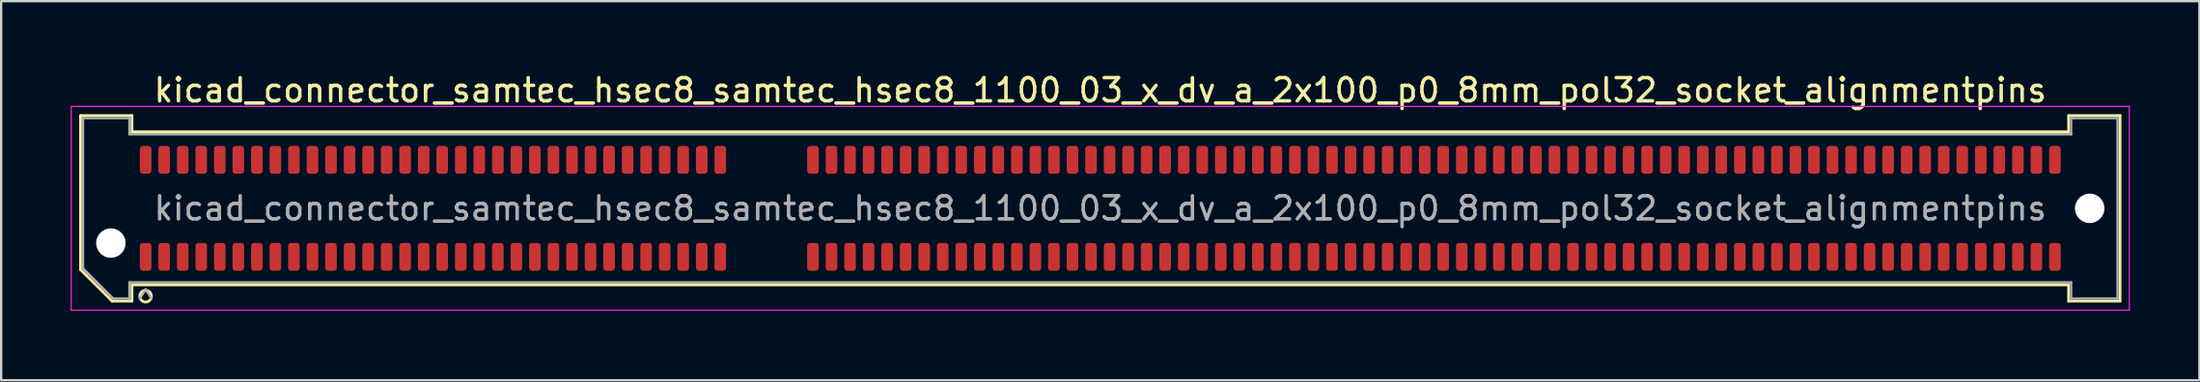
<source format=kicad_pcb>
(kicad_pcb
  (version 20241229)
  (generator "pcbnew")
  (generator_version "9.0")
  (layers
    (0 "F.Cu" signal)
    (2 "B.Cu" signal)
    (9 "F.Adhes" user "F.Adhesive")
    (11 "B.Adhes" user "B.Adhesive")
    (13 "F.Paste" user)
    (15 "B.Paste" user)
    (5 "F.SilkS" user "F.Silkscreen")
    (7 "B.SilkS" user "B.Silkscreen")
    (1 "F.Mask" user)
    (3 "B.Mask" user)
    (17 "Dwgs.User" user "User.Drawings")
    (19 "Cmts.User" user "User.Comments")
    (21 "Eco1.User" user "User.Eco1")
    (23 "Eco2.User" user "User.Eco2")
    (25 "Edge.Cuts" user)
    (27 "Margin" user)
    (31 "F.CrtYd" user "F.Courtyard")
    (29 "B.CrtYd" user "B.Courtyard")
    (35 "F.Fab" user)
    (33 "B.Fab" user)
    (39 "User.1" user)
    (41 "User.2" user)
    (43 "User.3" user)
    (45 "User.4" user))
  (footprint "kicad_connector_samtec_hsec8_samtec_hsec8_1100_03_x_dv_a_2x100_p0_8mm_pol32_socket_alignmentpins"
    (layer "F.Cu")
    (at 44.435 5.948)
    (property "Reference" "kicad_connector_samtec_hsec8_samtec_hsec8_1100_03_x_dv_a_2x100_p0_8mm_pol32_socket_alignmentpins" (at 0 -5.1 0) (layer "F.SilkS") (effects (font (size 1 1) (thickness 0.15))))
    (attr smd)
    (fp_line (start -44.01 -4.005) (end -41.79 -4.005) (stroke (width 0.12) (type solid)) (layer "F.SilkS"))
    (fp_line (start -44.01 2.641) (end -44.01 -4.005) (stroke (width 0.12) (type solid)) (layer "F.SilkS"))
    (fp_line (start -42.646 4.005) (end -44.01 2.641) (stroke (width 0.12) (type solid)) (layer "F.SilkS"))
    (fp_line (start -41.79 -4.005) (end -41.79 -3.305) (stroke (width 0.12) (type solid)) (layer "F.SilkS"))
    (fp_line (start -41.79 -3.305) (end 41.79 -3.305) (stroke (width 0.12) (type solid)) (layer "F.SilkS"))
    (fp_line (start -41.79 3.305) (end -41.79 4.005) (stroke (width 0.12) (type solid)) (layer "F.SilkS"))
    (fp_line (start -41.79 4.005) (end -42.646 4.005) (stroke (width 0.12) (type solid)) (layer "F.SilkS"))
    (fp_line (start 41.79 -4.005) (end 44.01 -4.005) (stroke (width 0.12) (type solid)) (layer "F.SilkS"))
    (fp_line (start 41.79 -3.305) (end 41.79 -4.005) (stroke (width 0.12) (type solid)) (layer "F.SilkS"))
    (fp_line (start 41.79 3.305) (end -41.79 3.305) (stroke (width 0.12) (type solid)) (layer "F.SilkS"))
    (fp_line (start 41.79 4.005) (end 41.79 3.305) (stroke (width 0.12) (type solid)) (layer "F.SilkS"))
    (fp_line (start 44.01 -4.005) (end 44.01 4.005) (stroke (width 0.12) (type solid)) (layer "F.SilkS"))
    (fp_line (start 44.01 4.005) (end 41.79 4.005) (stroke (width 0.12) (type solid)) (layer "F.SilkS"))
    (fp_arc (start -40.95 3.795) (mid -41.45 3.795) (end -40.95 3.795) (stroke (width 0.12) (type solid)) (layer "F.SilkS"))
    (fp_line (start -44.41 -4.4) (end -44.41 4.4) (stroke (width 0.05) (type solid)) (layer "F.CrtYd"))
    (fp_line (start -44.41 4.4) (end 44.41 4.4) (stroke (width 0.05) (type solid)) (layer "F.CrtYd"))
    (fp_line (start 44.41 -4.4) (end -44.41 -4.4) (stroke (width 0.05) (type solid)) (layer "F.CrtYd"))
    (fp_line (start 44.41 4.4) (end 44.41 -4.4) (stroke (width 0.05) (type solid)) (layer "F.CrtYd"))
    (fp_line (start -43.9 -3.895) (end -41.9 -3.895) (stroke (width 0.1) (type solid)) (layer "F.Fab"))
    (fp_line (start -43.9 2.595) (end -43.9 -3.895) (stroke (width 0.1) (type solid)) (layer "F.Fab"))
    (fp_line (start -42.6 3.895) (end -43.9 2.595) (stroke (width 0.1) (type solid)) (layer "F.Fab"))
    (fp_line (start -41.9 -3.895) (end -41.9 -3.195) (stroke (width 0.1) (type solid)) (layer "F.Fab"))
    (fp_line (start -41.9 -3.195) (end 41.9 -3.195) (stroke (width 0.1) (type solid)) (layer "F.Fab"))
    (fp_line (start -41.9 3.195) (end -41.9 3.895) (stroke (width 0.1) (type solid)) (layer "F.Fab"))
    (fp_line (start -41.9 3.895) (end -42.6 3.895) (stroke (width 0.1) (type solid)) (layer "F.Fab"))
    (fp_line (start -41.2 3.495) (end -41.45 3.895) (stroke (width 0.1) (type solid)) (layer "F.Fab"))
    (fp_line (start -41.2 3.495) (end -40.95 3.895) (stroke (width 0.1) (type solid)) (layer "F.Fab"))
    (fp_line (start 41.9 -3.895) (end 43.9 -3.895) (stroke (width 0.1) (type solid)) (layer "F.Fab"))
    (fp_line (start 41.9 -3.195) (end 41.9 -3.895) (stroke (width 0.1) (type solid)) (layer "F.Fab"))
    (fp_line (start 41.9 3.195) (end -41.9 3.195) (stroke (width 0.1) (type solid)) (layer "F.Fab"))
    (fp_line (start 41.9 3.895) (end 41.9 3.195) (stroke (width 0.1) (type solid)) (layer "F.Fab"))
    (fp_line (start 43.9 -3.895) (end 43.9 3.895) (stroke (width 0.1) (type solid)) (layer "F.Fab"))
    (fp_line (start 43.9 3.895) (end 41.9 3.895) (stroke (width 0.1) (type solid)) (layer "F.Fab"))
    (fp_text user "${REFERENCE}" (at 0 0 0) (layer "F.Fab") (effects (font (size 1 1) (thickness 0.15))))
    (pad "" np_thru_hole circle (at -42.7 1.5) (size 1.27 1.27) (drill 1.27) (layers "*.Cu" "*.Mask"))
    (pad "" np_thru_hole circle (at 42.7 0) (size 1.27 1.27) (drill 1.27) (layers "*.Cu" "*.Mask"))
    (pad "1" smd roundrect (at -41.2 2.095) (size 0.5 1.2) (layers "F.Cu" "F.Mask" "F.Paste") (roundrect_rratio 0.25))
    (pad "2" smd roundrect (at -41.2 -2.095) (size 0.5 1.2) (layers "F.Cu" "F.Mask" "F.Paste") (roundrect_rratio 0.25))
    (pad "3" smd roundrect (at -40.4 2.095) (size 0.5 1.2) (layers "F.Cu" "F.Mask" "F.Paste") (roundrect_rratio 0.25))
    (pad "4" smd roundrect (at -40.4 -2.095) (size 0.5 1.2) (layers "F.Cu" "F.Mask" "F.Paste") (roundrect_rratio 0.25))
    (pad "5" smd roundrect (at -39.6 2.095) (size 0.5 1.2) (layers "F.Cu" "F.Mask" "F.Paste") (roundrect_rratio 0.25))
    (pad "6" smd roundrect (at -39.6 -2.095) (size 0.5 1.2) (layers "F.Cu" "F.Mask" "F.Paste") (roundrect_rratio 0.25))
    (pad "7" smd roundrect (at -38.8 2.095) (size 0.5 1.2) (layers "F.Cu" "F.Mask" "F.Paste") (roundrect_rratio 0.25))
    (pad "8" smd roundrect (at -38.8 -2.095) (size 0.5 1.2) (layers "F.Cu" "F.Mask" "F.Paste") (roundrect_rratio 0.25))
    (pad "9" smd roundrect (at -38 2.095) (size 0.5 1.2) (layers "F.Cu" "F.Mask" "F.Paste") (roundrect_rratio 0.25))
    (pad "10" smd roundrect (at -38 -2.095) (size 0.5 1.2) (layers "F.Cu" "F.Mask" "F.Paste") (roundrect_rratio 0.25))
    (pad "11" smd roundrect (at -37.2 2.095) (size 0.5 1.2) (layers "F.Cu" "F.Mask" "F.Paste") (roundrect_rratio 0.25))
    (pad "12" smd roundrect (at -37.2 -2.095) (size 0.5 1.2) (layers "F.Cu" "F.Mask" "F.Paste") (roundrect_rratio 0.25))
    (pad "13" smd roundrect (at -36.4 2.095) (size 0.5 1.2) (layers "F.Cu" "F.Mask" "F.Paste") (roundrect_rratio 0.25))
    (pad "14" smd roundrect (at -36.4 -2.095) (size 0.5 1.2) (layers "F.Cu" "F.Mask" "F.Paste") (roundrect_rratio 0.25))
    (pad "15" smd roundrect (at -35.6 2.095) (size 0.5 1.2) (layers "F.Cu" "F.Mask" "F.Paste") (roundrect_rratio 0.25))
    (pad "16" smd roundrect (at -35.6 -2.095) (size 0.5 1.2) (layers "F.Cu" "F.Mask" "F.Paste") (roundrect_rratio 0.25))
    (pad "17" smd roundrect (at -34.8 2.095) (size 0.5 1.2) (layers "F.Cu" "F.Mask" "F.Paste") (roundrect_rratio 0.25))
    (pad "18" smd roundrect (at -34.8 -2.095) (size 0.5 1.2) (layers "F.Cu" "F.Mask" "F.Paste") (roundrect_rratio 0.25))
    (pad "19" smd roundrect (at -34 2.095) (size 0.5 1.2) (layers "F.Cu" "F.Mask" "F.Paste") (roundrect_rratio 0.25))
    (pad "20" smd roundrect (at -34 -2.095) (size 0.5 1.2) (layers "F.Cu" "F.Mask" "F.Paste") (roundrect_rratio 0.25))
    (pad "21" smd roundrect (at -33.2 2.095) (size 0.5 1.2) (layers "F.Cu" "F.Mask" "F.Paste") (roundrect_rratio 0.25))
    (pad "22" smd roundrect (at -33.2 -2.095) (size 0.5 1.2) (layers "F.Cu" "F.Mask" "F.Paste") (roundrect_rratio 0.25))
    (pad "23" smd roundrect (at -32.4 2.095) (size 0.5 1.2) (layers "F.Cu" "F.Mask" "F.Paste") (roundrect_rratio 0.25))
    (pad "24" smd roundrect (at -32.4 -2.095) (size 0.5 1.2) (layers "F.Cu" "F.Mask" "F.Paste") (roundrect_rratio 0.25))
    (pad "25" smd roundrect (at -31.6 2.095) (size 0.5 1.2) (layers "F.Cu" "F.Mask" "F.Paste") (roundrect_rratio 0.25))
    (pad "26" smd roundrect (at -31.6 -2.095) (size 0.5 1.2) (layers "F.Cu" "F.Mask" "F.Paste") (roundrect_rratio 0.25))
    (pad "27" smd roundrect (at -30.8 2.095) (size 0.5 1.2) (layers "F.Cu" "F.Mask" "F.Paste") (roundrect_rratio 0.25))
    (pad "28" smd roundrect (at -30.8 -2.095) (size 0.5 1.2) (layers "F.Cu" "F.Mask" "F.Paste") (roundrect_rratio 0.25))
    (pad "29" smd roundrect (at -30 2.095) (size 0.5 1.2) (layers "F.Cu" "F.Mask" "F.Paste") (roundrect_rratio 0.25))
    (pad "30" smd roundrect (at -30 -2.095) (size 0.5 1.2) (layers "F.Cu" "F.Mask" "F.Paste") (roundrect_rratio 0.25))
    (pad "31" smd roundrect (at -29.2 2.095) (size 0.5 1.2) (layers "F.Cu" "F.Mask" "F.Paste") (roundrect_rratio 0.25))
    (pad "32" smd roundrect (at -29.2 -2.095) (size 0.5 1.2) (layers "F.Cu" "F.Mask" "F.Paste") (roundrect_rratio 0.25))
    (pad "33" smd roundrect (at -28.4 2.095) (size 0.5 1.2) (layers "F.Cu" "F.Mask" "F.Paste") (roundrect_rratio 0.25))
    (pad "34" smd roundrect (at -28.4 -2.095) (size 0.5 1.2) (layers "F.Cu" "F.Mask" "F.Paste") (roundrect_rratio 0.25))
    (pad "35" smd roundrect (at -27.6 2.095) (size 0.5 1.2) (layers "F.Cu" "F.Mask" "F.Paste") (roundrect_rratio 0.25))
    (pad "36" smd roundrect (at -27.6 -2.095) (size 0.5 1.2) (layers "F.Cu" "F.Mask" "F.Paste") (roundrect_rratio 0.25))
    (pad "37" smd roundrect (at -26.8 2.095) (size 0.5 1.2) (layers "F.Cu" "F.Mask" "F.Paste") (roundrect_rratio 0.25))
    (pad "38" smd roundrect (at -26.8 -2.095) (size 0.5 1.2) (layers "F.Cu" "F.Mask" "F.Paste") (roundrect_rratio 0.25))
    (pad "39" smd roundrect (at -26 2.095) (size 0.5 1.2) (layers "F.Cu" "F.Mask" "F.Paste") (roundrect_rratio 0.25))
    (pad "40" smd roundrect (at -26 -2.095) (size 0.5 1.2) (layers "F.Cu" "F.Mask" "F.Paste") (roundrect_rratio 0.25))
    (pad "41" smd roundrect (at -25.2 2.095) (size 0.5 1.2) (layers "F.Cu" "F.Mask" "F.Paste") (roundrect_rratio 0.25))
    (pad "42" smd roundrect (at -25.2 -2.095) (size 0.5 1.2) (layers "F.Cu" "F.Mask" "F.Paste") (roundrect_rratio 0.25))
    (pad "43" smd roundrect (at -24.4 2.095) (size 0.5 1.2) (layers "F.Cu" "F.Mask" "F.Paste") (roundrect_rratio 0.25))
    (pad "44" smd roundrect (at -24.4 -2.095) (size 0.5 1.2) (layers "F.Cu" "F.Mask" "F.Paste") (roundrect_rratio 0.25))
    (pad "45" smd roundrect (at -23.6 2.095) (size 0.5 1.2) (layers "F.Cu" "F.Mask" "F.Paste") (roundrect_rratio 0.25))
    (pad "46" smd roundrect (at -23.6 -2.095) (size 0.5 1.2) (layers "F.Cu" "F.Mask" "F.Paste") (roundrect_rratio 0.25))
    (pad "47" smd roundrect (at -22.8 2.095) (size 0.5 1.2) (layers "F.Cu" "F.Mask" "F.Paste") (roundrect_rratio 0.25))
    (pad "48" smd roundrect (at -22.8 -2.095) (size 0.5 1.2) (layers "F.Cu" "F.Mask" "F.Paste") (roundrect_rratio 0.25))
    (pad "49" smd roundrect (at -22 2.095) (size 0.5 1.2) (layers "F.Cu" "F.Mask" "F.Paste") (roundrect_rratio 0.25))
    (pad "50" smd roundrect (at -22 -2.095) (size 0.5 1.2) (layers "F.Cu" "F.Mask" "F.Paste") (roundrect_rratio 0.25))
    (pad "51" smd roundrect (at -21.2 2.095) (size 0.5 1.2) (layers "F.Cu" "F.Mask" "F.Paste") (roundrect_rratio 0.25))
    (pad "52" smd roundrect (at -21.2 -2.095) (size 0.5 1.2) (layers "F.Cu" "F.Mask" "F.Paste") (roundrect_rratio 0.25))
    (pad "53" smd roundrect (at -20.4 2.095) (size 0.5 1.2) (layers "F.Cu" "F.Mask" "F.Paste") (roundrect_rratio 0.25))
    (pad "54" smd roundrect (at -20.4 -2.095) (size 0.5 1.2) (layers "F.Cu" "F.Mask" "F.Paste") (roundrect_rratio 0.25))
    (pad "55" smd roundrect (at -19.6 2.095) (size 0.5 1.2) (layers "F.Cu" "F.Mask" "F.Paste") (roundrect_rratio 0.25))
    (pad "56" smd roundrect (at -19.6 -2.095) (size 0.5 1.2) (layers "F.Cu" "F.Mask" "F.Paste") (roundrect_rratio 0.25))
    (pad "57" smd roundrect (at -18.8 2.095) (size 0.5 1.2) (layers "F.Cu" "F.Mask" "F.Paste") (roundrect_rratio 0.25))
    (pad "58" smd roundrect (at -18.8 -2.095) (size 0.5 1.2) (layers "F.Cu" "F.Mask" "F.Paste") (roundrect_rratio 0.25))
    (pad "59" smd roundrect (at -18 2.095) (size 0.5 1.2) (layers "F.Cu" "F.Mask" "F.Paste") (roundrect_rratio 0.25))
    (pad "60" smd roundrect (at -18 -2.095) (size 0.5 1.2) (layers "F.Cu" "F.Mask" "F.Paste") (roundrect_rratio 0.25))
    (pad "61" smd roundrect (at -17.2 2.095) (size 0.5 1.2) (layers "F.Cu" "F.Mask" "F.Paste") (roundrect_rratio 0.25))
    (pad "62" smd roundrect (at -17.2 -2.095) (size 0.5 1.2) (layers "F.Cu" "F.Mask" "F.Paste") (roundrect_rratio 0.25))
    (pad "63" smd roundrect (at -16.4 2.095) (size 0.5 1.2) (layers "F.Cu" "F.Mask" "F.Paste") (roundrect_rratio 0.25))
    (pad "64" smd roundrect (at -16.4 -2.095) (size 0.5 1.2) (layers "F.Cu" "F.Mask" "F.Paste") (roundrect_rratio 0.25))
    (pad "65" smd roundrect (at -12.4 2.095) (size 0.5 1.2) (layers "F.Cu" "F.Mask" "F.Paste") (roundrect_rratio 0.25))
    (pad "66" smd roundrect (at -12.4 -2.095) (size 0.5 1.2) (layers "F.Cu" "F.Mask" "F.Paste") (roundrect_rratio 0.25))
    (pad "67" smd roundrect (at -11.6 2.095) (size 0.5 1.2) (layers "F.Cu" "F.Mask" "F.Paste") (roundrect_rratio 0.25))
    (pad "68" smd roundrect (at -11.6 -2.095) (size 0.5 1.2) (layers "F.Cu" "F.Mask" "F.Paste") (roundrect_rratio 0.25))
    (pad "69" smd roundrect (at -10.8 2.095) (size 0.5 1.2) (layers "F.Cu" "F.Mask" "F.Paste") (roundrect_rratio 0.25))
    (pad "70" smd roundrect (at -10.8 -2.095) (size 0.5 1.2) (layers "F.Cu" "F.Mask" "F.Paste") (roundrect_rratio 0.25))
    (pad "71" smd roundrect (at -10 2.095) (size 0.5 1.2) (layers "F.Cu" "F.Mask" "F.Paste") (roundrect_rratio 0.25))
    (pad "72" smd roundrect (at -10 -2.095) (size 0.5 1.2) (layers "F.Cu" "F.Mask" "F.Paste") (roundrect_rratio 0.25))
    (pad "73" smd roundrect (at -9.2 2.095) (size 0.5 1.2) (layers "F.Cu" "F.Mask" "F.Paste") (roundrect_rratio 0.25))
    (pad "74" smd roundrect (at -9.2 -2.095) (size 0.5 1.2) (layers "F.Cu" "F.Mask" "F.Paste") (roundrect_rratio 0.25))
    (pad "75" smd roundrect (at -8.4 2.095) (size 0.5 1.2) (layers "F.Cu" "F.Mask" "F.Paste") (roundrect_rratio 0.25))
    (pad "76" smd roundrect (at -8.4 -2.095) (size 0.5 1.2) (layers "F.Cu" "F.Mask" "F.Paste") (roundrect_rratio 0.25))
    (pad "77" smd roundrect (at -7.6 2.095) (size 0.5 1.2) (layers "F.Cu" "F.Mask" "F.Paste") (roundrect_rratio 0.25))
    (pad "78" smd roundrect (at -7.6 -2.095) (size 0.5 1.2) (layers "F.Cu" "F.Mask" "F.Paste") (roundrect_rratio 0.25))
    (pad "79" smd roundrect (at -6.8 2.095) (size 0.5 1.2) (layers "F.Cu" "F.Mask" "F.Paste") (roundrect_rratio 0.25))
    (pad "80" smd roundrect (at -6.8 -2.095) (size 0.5 1.2) (layers "F.Cu" "F.Mask" "F.Paste") (roundrect_rratio 0.25))
    (pad "81" smd roundrect (at -6 2.095) (size 0.5 1.2) (layers "F.Cu" "F.Mask" "F.Paste") (roundrect_rratio 0.25))
    (pad "82" smd roundrect (at -6 -2.095) (size 0.5 1.2) (layers "F.Cu" "F.Mask" "F.Paste") (roundrect_rratio 0.25))
    (pad "83" smd roundrect (at -5.2 2.095) (size 0.5 1.2) (layers "F.Cu" "F.Mask" "F.Paste") (roundrect_rratio 0.25))
    (pad "84" smd roundrect (at -5.2 -2.095) (size 0.5 1.2) (layers "F.Cu" "F.Mask" "F.Paste") (roundrect_rratio 0.25))
    (pad "85" smd roundrect (at -4.4 2.095) (size 0.5 1.2) (layers "F.Cu" "F.Mask" "F.Paste") (roundrect_rratio 0.25))
    (pad "86" smd roundrect (at -4.4 -2.095) (size 0.5 1.2) (layers "F.Cu" "F.Mask" "F.Paste") (roundrect_rratio 0.25))
    (pad "87" smd roundrect (at -3.6 2.095) (size 0.5 1.2) (layers "F.Cu" "F.Mask" "F.Paste") (roundrect_rratio 0.25))
    (pad "88" smd roundrect (at -3.6 -2.095) (size 0.5 1.2) (layers "F.Cu" "F.Mask" "F.Paste") (roundrect_rratio 0.25))
    (pad "89" smd roundrect (at -2.8 2.095) (size 0.5 1.2) (layers "F.Cu" "F.Mask" "F.Paste") (roundrect_rratio 0.25))
    (pad "90" smd roundrect (at -2.8 -2.095) (size 0.5 1.2) (layers "F.Cu" "F.Mask" "F.Paste") (roundrect_rratio 0.25))
    (pad "91" smd roundrect (at -2 2.095) (size 0.5 1.2) (layers "F.Cu" "F.Mask" "F.Paste") (roundrect_rratio 0.25))
    (pad "92" smd roundrect (at -2 -2.095) (size 0.5 1.2) (layers "F.Cu" "F.Mask" "F.Paste") (roundrect_rratio 0.25))
    (pad "93" smd roundrect (at -1.2 2.095) (size 0.5 1.2) (layers "F.Cu" "F.Mask" "F.Paste") (roundrect_rratio 0.25))
    (pad "94" smd roundrect (at -1.2 -2.095) (size 0.5 1.2) (layers "F.Cu" "F.Mask" "F.Paste") (roundrect_rratio 0.25))
    (pad "95" smd roundrect (at -0.4 2.095) (size 0.5 1.2) (layers "F.Cu" "F.Mask" "F.Paste") (roundrect_rratio 0.25))
    (pad "96" smd roundrect (at -0.4 -2.095) (size 0.5 1.2) (layers "F.Cu" "F.Mask" "F.Paste") (roundrect_rratio 0.25))
    (pad "97" smd roundrect (at 0.4 2.095) (size 0.5 1.2) (layers "F.Cu" "F.Mask" "F.Paste") (roundrect_rratio 0.25))
    (pad "98" smd roundrect (at 0.4 -2.095) (size 0.5 1.2) (layers "F.Cu" "F.Mask" "F.Paste") (roundrect_rratio 0.25))
    (pad "99" smd roundrect (at 1.2 2.095) (size 0.5 1.2) (layers "F.Cu" "F.Mask" "F.Paste") (roundrect_rratio 0.25))
    (pad "100" smd roundrect (at 1.2 -2.095) (size 0.5 1.2) (layers "F.Cu" "F.Mask" "F.Paste") (roundrect_rratio 0.25))
    (pad "101" smd roundrect (at 2 2.095) (size 0.5 1.2) (layers "F.Cu" "F.Mask" "F.Paste") (roundrect_rratio 0.25))
    (pad "102" smd roundrect (at 2 -2.095) (size 0.5 1.2) (layers "F.Cu" "F.Mask" "F.Paste") (roundrect_rratio 0.25))
    (pad "103" smd roundrect (at 2.8 2.095) (size 0.5 1.2) (layers "F.Cu" "F.Mask" "F.Paste") (roundrect_rratio 0.25))
    (pad "104" smd roundrect (at 2.8 -2.095) (size 0.5 1.2) (layers "F.Cu" "F.Mask" "F.Paste") (roundrect_rratio 0.25))
    (pad "105" smd roundrect (at 3.6 2.095) (size 0.5 1.2) (layers "F.Cu" "F.Mask" "F.Paste") (roundrect_rratio 0.25))
    (pad "106" smd roundrect (at 3.6 -2.095) (size 0.5 1.2) (layers "F.Cu" "F.Mask" "F.Paste") (roundrect_rratio 0.25))
    (pad "107" smd roundrect (at 4.4 2.095) (size 0.5 1.2) (layers "F.Cu" "F.Mask" "F.Paste") (roundrect_rratio 0.25))
    (pad "108" smd roundrect (at 4.4 -2.095) (size 0.5 1.2) (layers "F.Cu" "F.Mask" "F.Paste") (roundrect_rratio 0.25))
    (pad "109" smd roundrect (at 5.2 2.095) (size 0.5 1.2) (layers "F.Cu" "F.Mask" "F.Paste") (roundrect_rratio 0.25))
    (pad "110" smd roundrect (at 5.2 -2.095) (size 0.5 1.2) (layers "F.Cu" "F.Mask" "F.Paste") (roundrect_rratio 0.25))
    (pad "111" smd roundrect (at 6 2.095) (size 0.5 1.2) (layers "F.Cu" "F.Mask" "F.Paste") (roundrect_rratio 0.25))
    (pad "112" smd roundrect (at 6 -2.095) (size 0.5 1.2) (layers "F.Cu" "F.Mask" "F.Paste") (roundrect_rratio 0.25))
    (pad "113" smd roundrect (at 6.8 2.095) (size 0.5 1.2) (layers "F.Cu" "F.Mask" "F.Paste") (roundrect_rratio 0.25))
    (pad "114" smd roundrect (at 6.8 -2.095) (size 0.5 1.2) (layers "F.Cu" "F.Mask" "F.Paste") (roundrect_rratio 0.25))
    (pad "115" smd roundrect (at 7.6 2.095) (size 0.5 1.2) (layers "F.Cu" "F.Mask" "F.Paste") (roundrect_rratio 0.25))
    (pad "116" smd roundrect (at 7.6 -2.095) (size 0.5 1.2) (layers "F.Cu" "F.Mask" "F.Paste") (roundrect_rratio 0.25))
    (pad "117" smd roundrect (at 8.4 2.095) (size 0.5 1.2) (layers "F.Cu" "F.Mask" "F.Paste") (roundrect_rratio 0.25))
    (pad "118" smd roundrect (at 8.4 -2.095) (size 0.5 1.2) (layers "F.Cu" "F.Mask" "F.Paste") (roundrect_rratio 0.25))
    (pad "119" smd roundrect (at 9.2 2.095) (size 0.5 1.2) (layers "F.Cu" "F.Mask" "F.Paste") (roundrect_rratio 0.25))
    (pad "120" smd roundrect (at 9.2 -2.095) (size 0.5 1.2) (layers "F.Cu" "F.Mask" "F.Paste") (roundrect_rratio 0.25))
    (pad "121" smd roundrect (at 10 2.095) (size 0.5 1.2) (layers "F.Cu" "F.Mask" "F.Paste") (roundrect_rratio 0.25))
    (pad "122" smd roundrect (at 10 -2.095) (size 0.5 1.2) (layers "F.Cu" "F.Mask" "F.Paste") (roundrect_rratio 0.25))
    (pad "123" smd roundrect (at 10.8 2.095) (size 0.5 1.2) (layers "F.Cu" "F.Mask" "F.Paste") (roundrect_rratio 0.25))
    (pad "124" smd roundrect (at 10.8 -2.095) (size 0.5 1.2) (layers "F.Cu" "F.Mask" "F.Paste") (roundrect_rratio 0.25))
    (pad "125" smd roundrect (at 11.6 2.095) (size 0.5 1.2) (layers "F.Cu" "F.Mask" "F.Paste") (roundrect_rratio 0.25))
    (pad "126" smd roundrect (at 11.6 -2.095) (size 0.5 1.2) (layers "F.Cu" "F.Mask" "F.Paste") (roundrect_rratio 0.25))
    (pad "127" smd roundrect (at 12.4 2.095) (size 0.5 1.2) (layers "F.Cu" "F.Mask" "F.Paste") (roundrect_rratio 0.25))
    (pad "128" smd roundrect (at 12.4 -2.095) (size 0.5 1.2) (layers "F.Cu" "F.Mask" "F.Paste") (roundrect_rratio 0.25))
    (pad "129" smd roundrect (at 13.2 2.095) (size 0.5 1.2) (layers "F.Cu" "F.Mask" "F.Paste") (roundrect_rratio 0.25))
    (pad "130" smd roundrect (at 13.2 -2.095) (size 0.5 1.2) (layers "F.Cu" "F.Mask" "F.Paste") (roundrect_rratio 0.25))
    (pad "131" smd roundrect (at 14 2.095) (size 0.5 1.2) (layers "F.Cu" "F.Mask" "F.Paste") (roundrect_rratio 0.25))
    (pad "132" smd roundrect (at 14 -2.095) (size 0.5 1.2) (layers "F.Cu" "F.Mask" "F.Paste") (roundrect_rratio 0.25))
    (pad "133" smd roundrect (at 14.8 2.095) (size 0.5 1.2) (layers "F.Cu" "F.Mask" "F.Paste") (roundrect_rratio 0.25))
    (pad "134" smd roundrect (at 14.8 -2.095) (size 0.5 1.2) (layers "F.Cu" "F.Mask" "F.Paste") (roundrect_rratio 0.25))
    (pad "135" smd roundrect (at 15.6 2.095) (size 0.5 1.2) (layers "F.Cu" "F.Mask" "F.Paste") (roundrect_rratio 0.25))
    (pad "136" smd roundrect (at 15.6 -2.095) (size 0.5 1.2) (layers "F.Cu" "F.Mask" "F.Paste") (roundrect_rratio 0.25))
    (pad "137" smd roundrect (at 16.4 2.095) (size 0.5 1.2) (layers "F.Cu" "F.Mask" "F.Paste") (roundrect_rratio 0.25))
    (pad "138" smd roundrect (at 16.4 -2.095) (size 0.5 1.2) (layers "F.Cu" "F.Mask" "F.Paste") (roundrect_rratio 0.25))
    (pad "139" smd roundrect (at 17.2 2.095) (size 0.5 1.2) (layers "F.Cu" "F.Mask" "F.Paste") (roundrect_rratio 0.25))
    (pad "140" smd roundrect (at 17.2 -2.095) (size 0.5 1.2) (layers "F.Cu" "F.Mask" "F.Paste") (roundrect_rratio 0.25))
    (pad "141" smd roundrect (at 18 2.095) (size 0.5 1.2) (layers "F.Cu" "F.Mask" "F.Paste") (roundrect_rratio 0.25))
    (pad "142" smd roundrect (at 18 -2.095) (size 0.5 1.2) (layers "F.Cu" "F.Mask" "F.Paste") (roundrect_rratio 0.25))
    (pad "143" smd roundrect (at 18.8 2.095) (size 0.5 1.2) (layers "F.Cu" "F.Mask" "F.Paste") (roundrect_rratio 0.25))
    (pad "144" smd roundrect (at 18.8 -2.095) (size 0.5 1.2) (layers "F.Cu" "F.Mask" "F.Paste") (roundrect_rratio 0.25))
    (pad "145" smd roundrect (at 19.6 2.095) (size 0.5 1.2) (layers "F.Cu" "F.Mask" "F.Paste") (roundrect_rratio 0.25))
    (pad "146" smd roundrect (at 19.6 -2.095) (size 0.5 1.2) (layers "F.Cu" "F.Mask" "F.Paste") (roundrect_rratio 0.25))
    (pad "147" smd roundrect (at 20.4 2.095) (size 0.5 1.2) (layers "F.Cu" "F.Mask" "F.Paste") (roundrect_rratio 0.25))
    (pad "148" smd roundrect (at 20.4 -2.095) (size 0.5 1.2) (layers "F.Cu" "F.Mask" "F.Paste") (roundrect_rratio 0.25))
    (pad "149" smd roundrect (at 21.2 2.095) (size 0.5 1.2) (layers "F.Cu" "F.Mask" "F.Paste") (roundrect_rratio 0.25))
    (pad "150" smd roundrect (at 21.2 -2.095) (size 0.5 1.2) (layers "F.Cu" "F.Mask" "F.Paste") (roundrect_rratio 0.25))
    (pad "151" smd roundrect (at 22 2.095) (size 0.5 1.2) (layers "F.Cu" "F.Mask" "F.Paste") (roundrect_rratio 0.25))
    (pad "152" smd roundrect (at 22 -2.095) (size 0.5 1.2) (layers "F.Cu" "F.Mask" "F.Paste") (roundrect_rratio 0.25))
    (pad "153" smd roundrect (at 22.8 2.095) (size 0.5 1.2) (layers "F.Cu" "F.Mask" "F.Paste") (roundrect_rratio 0.25))
    (pad "154" smd roundrect (at 22.8 -2.095) (size 0.5 1.2) (layers "F.Cu" "F.Mask" "F.Paste") (roundrect_rratio 0.25))
    (pad "155" smd roundrect (at 23.6 2.095) (size 0.5 1.2) (layers "F.Cu" "F.Mask" "F.Paste") (roundrect_rratio 0.25))
    (pad "156" smd roundrect (at 23.6 -2.095) (size 0.5 1.2) (layers "F.Cu" "F.Mask" "F.Paste") (roundrect_rratio 0.25))
    (pad "157" smd roundrect (at 24.4 2.095) (size 0.5 1.2) (layers "F.Cu" "F.Mask" "F.Paste") (roundrect_rratio 0.25))
    (pad "158" smd roundrect (at 24.4 -2.095) (size 0.5 1.2) (layers "F.Cu" "F.Mask" "F.Paste") (roundrect_rratio 0.25))
    (pad "159" smd roundrect (at 25.2 2.095) (size 0.5 1.2) (layers "F.Cu" "F.Mask" "F.Paste") (roundrect_rratio 0.25))
    (pad "160" smd roundrect (at 25.2 -2.095) (size 0.5 1.2) (layers "F.Cu" "F.Mask" "F.Paste") (roundrect_rratio 0.25))
    (pad "161" smd roundrect (at 26 2.095) (size 0.5 1.2) (layers "F.Cu" "F.Mask" "F.Paste") (roundrect_rratio 0.25))
    (pad "162" smd roundrect (at 26 -2.095) (size 0.5 1.2) (layers "F.Cu" "F.Mask" "F.Paste") (roundrect_rratio 0.25))
    (pad "163" smd roundrect (at 26.8 2.095) (size 0.5 1.2) (layers "F.Cu" "F.Mask" "F.Paste") (roundrect_rratio 0.25))
    (pad "164" smd roundrect (at 26.8 -2.095) (size 0.5 1.2) (layers "F.Cu" "F.Mask" "F.Paste") (roundrect_rratio 0.25))
    (pad "165" smd roundrect (at 27.6 2.095) (size 0.5 1.2) (layers "F.Cu" "F.Mask" "F.Paste") (roundrect_rratio 0.25))
    (pad "166" smd roundrect (at 27.6 -2.095) (size 0.5 1.2) (layers "F.Cu" "F.Mask" "F.Paste") (roundrect_rratio 0.25))
    (pad "167" smd roundrect (at 28.4 2.095) (size 0.5 1.2) (layers "F.Cu" "F.Mask" "F.Paste") (roundrect_rratio 0.25))
    (pad "168" smd roundrect (at 28.4 -2.095) (size 0.5 1.2) (layers "F.Cu" "F.Mask" "F.Paste") (roundrect_rratio 0.25))
    (pad "169" smd roundrect (at 29.2 2.095) (size 0.5 1.2) (layers "F.Cu" "F.Mask" "F.Paste") (roundrect_rratio 0.25))
    (pad "170" smd roundrect (at 29.2 -2.095) (size 0.5 1.2) (layers "F.Cu" "F.Mask" "F.Paste") (roundrect_rratio 0.25))
    (pad "171" smd roundrect (at 30 2.095) (size 0.5 1.2) (layers "F.Cu" "F.Mask" "F.Paste") (roundrect_rratio 0.25))
    (pad "172" smd roundrect (at 30 -2.095) (size 0.5 1.2) (layers "F.Cu" "F.Mask" "F.Paste") (roundrect_rratio 0.25))
    (pad "173" smd roundrect (at 30.8 2.095) (size 0.5 1.2) (layers "F.Cu" "F.Mask" "F.Paste") (roundrect_rratio 0.25))
    (pad "174" smd roundrect (at 30.8 -2.095) (size 0.5 1.2) (layers "F.Cu" "F.Mask" "F.Paste") (roundrect_rratio 0.25))
    (pad "175" smd roundrect (at 31.6 2.095) (size 0.5 1.2) (layers "F.Cu" "F.Mask" "F.Paste") (roundrect_rratio 0.25))
    (pad "176" smd roundrect (at 31.6 -2.095) (size 0.5 1.2) (layers "F.Cu" "F.Mask" "F.Paste") (roundrect_rratio 0.25))
    (pad "177" smd roundrect (at 32.4 2.095) (size 0.5 1.2) (layers "F.Cu" "F.Mask" "F.Paste") (roundrect_rratio 0.25))
    (pad "178" smd roundrect (at 32.4 -2.095) (size 0.5 1.2) (layers "F.Cu" "F.Mask" "F.Paste") (roundrect_rratio 0.25))
    (pad "179" smd roundrect (at 33.2 2.095) (size 0.5 1.2) (layers "F.Cu" "F.Mask" "F.Paste") (roundrect_rratio 0.25))
    (pad "180" smd roundrect (at 33.2 -2.095) (size 0.5 1.2) (layers "F.Cu" "F.Mask" "F.Paste") (roundrect_rratio 0.25))
    (pad "181" smd roundrect (at 34 2.095) (size 0.5 1.2) (layers "F.Cu" "F.Mask" "F.Paste") (roundrect_rratio 0.25))
    (pad "182" smd roundrect (at 34 -2.095) (size 0.5 1.2) (layers "F.Cu" "F.Mask" "F.Paste") (roundrect_rratio 0.25))
    (pad "183" smd roundrect (at 34.8 2.095) (size 0.5 1.2) (layers "F.Cu" "F.Mask" "F.Paste") (roundrect_rratio 0.25))
    (pad "184" smd roundrect (at 34.8 -2.095) (size 0.5 1.2) (layers "F.Cu" "F.Mask" "F.Paste") (roundrect_rratio 0.25))
    (pad "185" smd roundrect (at 35.6 2.095) (size 0.5 1.2) (layers "F.Cu" "F.Mask" "F.Paste") (roundrect_rratio 0.25))
    (pad "186" smd roundrect (at 35.6 -2.095) (size 0.5 1.2) (layers "F.Cu" "F.Mask" "F.Paste") (roundrect_rratio 0.25))
    (pad "187" smd roundrect (at 36.4 2.095) (size 0.5 1.2) (layers "F.Cu" "F.Mask" "F.Paste") (roundrect_rratio 0.25))
    (pad "188" smd roundrect (at 36.4 -2.095) (size 0.5 1.2) (layers "F.Cu" "F.Mask" "F.Paste") (roundrect_rratio 0.25))
    (pad "189" smd roundrect (at 37.2 2.095) (size 0.5 1.2) (layers "F.Cu" "F.Mask" "F.Paste") (roundrect_rratio 0.25))
    (pad "190" smd roundrect (at 37.2 -2.095) (size 0.5 1.2) (layers "F.Cu" "F.Mask" "F.Paste") (roundrect_rratio 0.25))
    (pad "191" smd roundrect (at 38 2.095) (size 0.5 1.2) (layers "F.Cu" "F.Mask" "F.Paste") (roundrect_rratio 0.25))
    (pad "192" smd roundrect (at 38 -2.095) (size 0.5 1.2) (layers "F.Cu" "F.Mask" "F.Paste") (roundrect_rratio 0.25))
    (pad "193" smd roundrect (at 38.8 2.095) (size 0.5 1.2) (layers "F.Cu" "F.Mask" "F.Paste") (roundrect_rratio 0.25))
    (pad "194" smd roundrect (at 38.8 -2.095) (size 0.5 1.2) (layers "F.Cu" "F.Mask" "F.Paste") (roundrect_rratio 0.25))
    (pad "195" smd roundrect (at 39.6 2.095) (size 0.5 1.2) (layers "F.Cu" "F.Mask" "F.Paste") (roundrect_rratio 0.25))
    (pad "196" smd roundrect (at 39.6 -2.095) (size 0.5 1.2) (layers "F.Cu" "F.Mask" "F.Paste") (roundrect_rratio 0.25))
    (pad "197" smd roundrect (at 40.4 2.095) (size 0.5 1.2) (layers "F.Cu" "F.Mask" "F.Paste") (roundrect_rratio 0.25))
    (pad "198" smd roundrect (at 40.4 -2.095) (size 0.5 1.2) (layers "F.Cu" "F.Mask" "F.Paste") (roundrect_rratio 0.25))
    (pad "199" smd roundrect (at 41.2 2.095) (size 0.5 1.2) (layers "F.Cu" "F.Mask" "F.Paste") (roundrect_rratio 0.25))
    (pad "200" smd roundrect (at 41.2 -2.095) (size 0.5 1.2) (layers "F.Cu" "F.Mask" "F.Paste") (roundrect_rratio 0.25)))
  (gr_rect
    (start -3 -3)
    (end 91.87 13.373)
    (stroke (width 0.1) (type default))
    (fill no)
    (layer "Edge.Cuts")))
</source>
